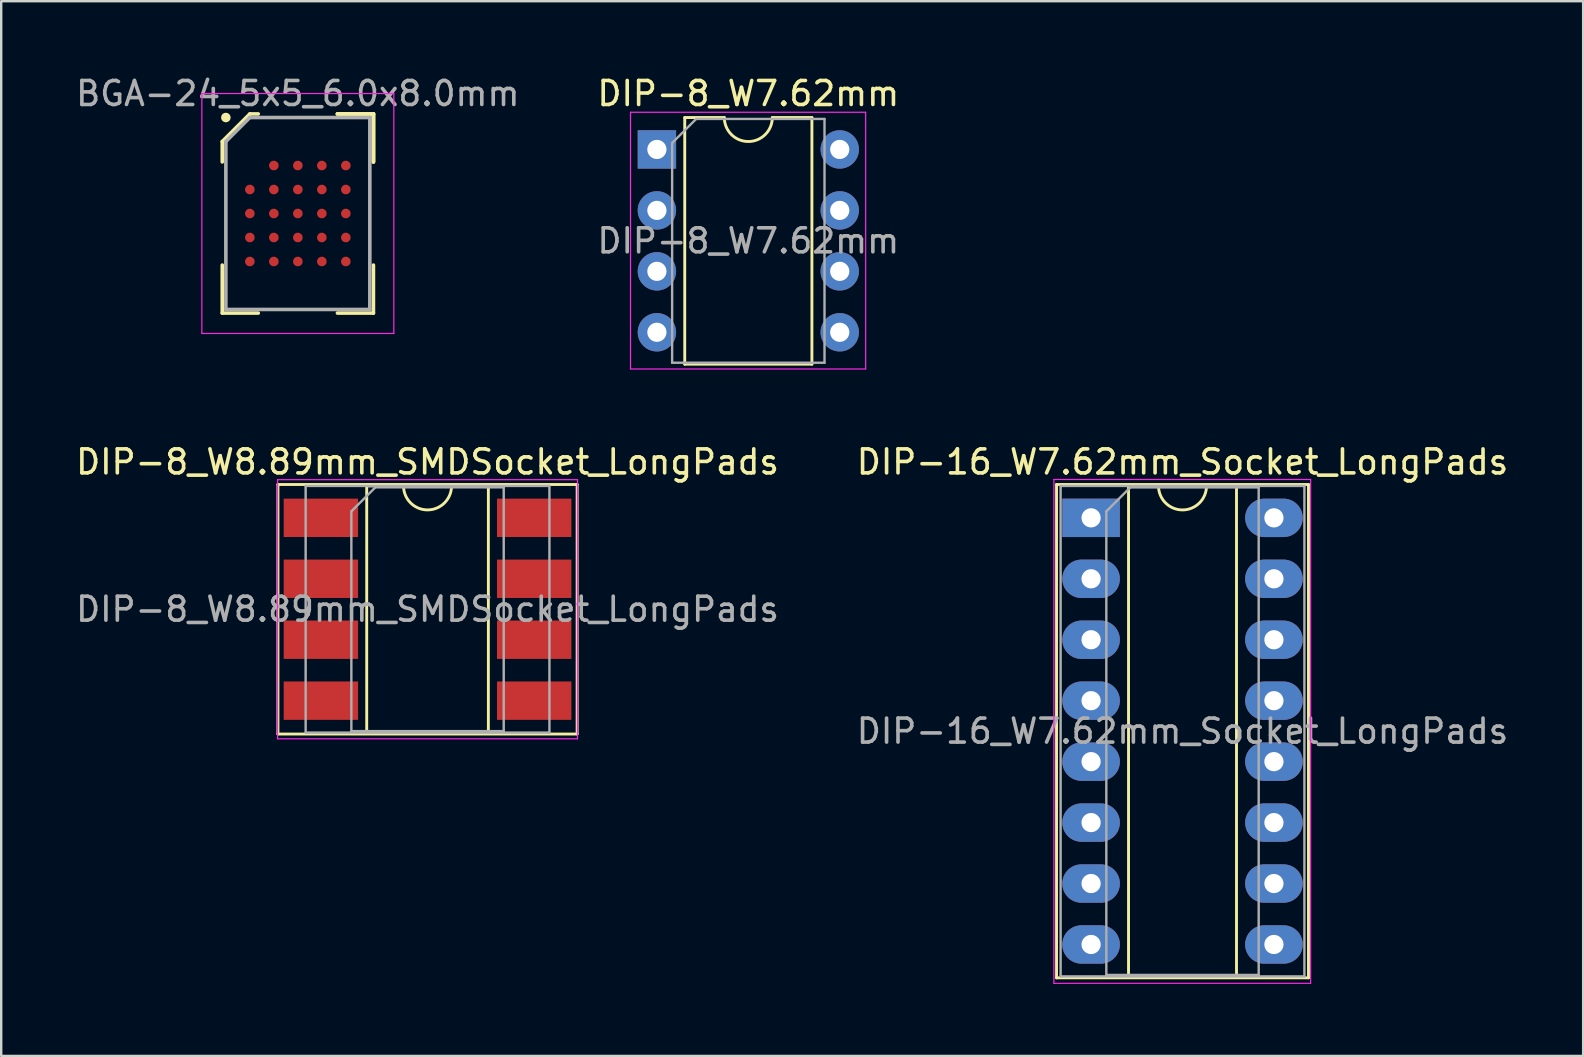
<source format=kicad_pcb>
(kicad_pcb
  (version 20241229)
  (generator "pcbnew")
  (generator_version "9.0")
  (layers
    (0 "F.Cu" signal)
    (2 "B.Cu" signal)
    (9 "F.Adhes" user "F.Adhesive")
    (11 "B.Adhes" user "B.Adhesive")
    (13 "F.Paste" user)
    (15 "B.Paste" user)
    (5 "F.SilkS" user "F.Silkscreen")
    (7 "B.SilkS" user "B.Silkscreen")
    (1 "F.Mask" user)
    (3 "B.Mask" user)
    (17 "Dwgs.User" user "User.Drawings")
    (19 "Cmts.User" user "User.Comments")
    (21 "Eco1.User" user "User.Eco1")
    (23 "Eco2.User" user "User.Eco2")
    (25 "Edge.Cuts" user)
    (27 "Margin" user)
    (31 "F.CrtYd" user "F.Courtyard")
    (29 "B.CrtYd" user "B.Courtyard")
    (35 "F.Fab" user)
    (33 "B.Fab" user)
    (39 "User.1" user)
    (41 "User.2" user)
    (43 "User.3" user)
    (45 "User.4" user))
  (footprint "BGA-24_5x5_6.0x8.0mm"
    (layer "F.Cu")
    (at 9.363 5.848)
    (property "Reference" "BGA-24_5x5_6.0x8.0mm" (at 0 -5 0) (layer "F.Fab") (effects (font (size 1 1) (thickness 0.15))))
    (attr smd)
    (fp_line (start -3.15 -3) (end -3.15 -2.15) (stroke (width 0.15) (type solid)) (layer "F.SilkS"))
    (fp_line (start -3.15 4.15) (end -3.15 2.15) (stroke (width 0.15) (type solid)) (layer "F.SilkS"))
    (fp_line (start -2 -4.15) (end -3.15 -3) (stroke (width 0.15) (type solid)) (layer "F.SilkS"))
    (fp_line (start -1.65 -4.15) (end -2 -4.15) (stroke (width 0.15) (type solid)) (layer "F.SilkS"))
    (fp_line (start -1.65 4.15) (end -3.15 4.15) (stroke (width 0.15) (type solid)) (layer "F.SilkS"))
    (fp_line (start 1.65 -4.15) (end 3.15 -4.15) (stroke (width 0.15) (type solid)) (layer "F.SilkS"))
    (fp_line (start 1.65 -4.15) (end 3.15 -4.15) (stroke (width 0.15) (type solid)) (layer "F.SilkS"))
    (fp_line (start 1.65 -4.15) (end 3.15 -4.15) (stroke (width 0.15) (type solid)) (layer "F.SilkS"))
    (fp_line (start 1.65 4.15) (end 3.15 4.15) (stroke (width 0.15) (type solid)) (layer "F.SilkS"))
    (fp_line (start 3.15 -4.15) (end 3.15 -2.15) (stroke (width 0.15) (type solid)) (layer "F.SilkS"))
    (fp_line (start 3.15 -4.15) (end 3.15 -2.15) (stroke (width 0.15) (type solid)) (layer "F.SilkS"))
    (fp_line (start 3.15 -4.15) (end 3.15 -2.15) (stroke (width 0.15) (type solid)) (layer "F.SilkS"))
    (fp_line (start 3.15 4.15) (end 3.15 2.15) (stroke (width 0.15) (type solid)) (layer "F.SilkS"))
    (fp_circle (center -3 -4) (end -3 -3.9) (stroke (width 0.2) (type solid)) (fill no) (layer "F.SilkS"))
    (fp_line (start -4 -5) (end 4 -5) (stroke (width 0.05) (type solid)) (layer "F.CrtYd"))
    (fp_line (start -4 5) (end -4 -5) (stroke (width 0.05) (type solid)) (layer "F.CrtYd"))
    (fp_line (start 4 -5) (end 4 5) (stroke (width 0.05) (type solid)) (layer "F.CrtYd"))
    (fp_line (start 4 5) (end -4 5) (stroke (width 0.05) (type solid)) (layer "F.CrtYd"))
    (fp_line (start -3 -3) (end -3 4) (stroke (width 0.15) (type solid)) (layer "F.Fab"))
    (fp_line (start -3 4) (end 3 4) (stroke (width 0.15) (type solid)) (layer "F.Fab"))
    (fp_line (start -2 -4) (end -3 -3) (stroke (width 0.15) (type solid)) (layer "F.Fab"))
    (fp_line (start 3 -4) (end -2 -4) (stroke (width 0.15) (type solid)) (layer "F.Fab"))
    (fp_line (start 3 4) (end 3 -4) (stroke (width 0.15) (type solid)) (layer "F.Fab"))
    (pad "A2" smd circle (at -1 -2) (size 0.4 0.4) (layers "F.Cu" "F.Mask" "F.Paste"))
    (pad "A3" smd circle (at 0 -2) (size 0.4 0.4) (layers "F.Cu" "F.Mask" "F.Paste"))
    (pad "A4" smd circle (at 1 -2) (size 0.4 0.4) (layers "F.Cu" "F.Mask" "F.Paste"))
    (pad "A5" smd circle (at 2 -2) (size 0.4 0.4) (layers "F.Cu" "F.Mask" "F.Paste"))
    (pad "B1" smd circle (at -2 -1) (size 0.4 0.4) (layers "F.Cu" "F.Mask" "F.Paste"))
    (pad "B2" smd circle (at -1 -1) (size 0.4 0.4) (layers "F.Cu" "F.Mask" "F.Paste"))
    (pad "B3" smd circle (at 0 -1) (size 0.4 0.4) (layers "F.Cu" "F.Mask" "F.Paste"))
    (pad "B4" smd circle (at 1 -1) (size 0.4 0.4) (layers "F.Cu" "F.Mask" "F.Paste"))
    (pad "B5" smd circle (at 2 -1) (size 0.4 0.4) (layers "F.Cu" "F.Mask" "F.Paste"))
    (pad "C1" smd circle (at -2 0) (size 0.4 0.4) (layers "F.Cu" "F.Mask" "F.Paste"))
    (pad "C2" smd circle (at -1 0) (size 0.4 0.4) (layers "F.Cu" "F.Mask" "F.Paste"))
    (pad "C3" smd circle (at 0 0) (size 0.4 0.4) (layers "F.Cu" "F.Mask" "F.Paste"))
    (pad "C4" smd circle (at 1 0) (size 0.4 0.4) (layers "F.Cu" "F.Mask" "F.Paste"))
    (pad "C5" smd circle (at 2 0) (size 0.4 0.4) (layers "F.Cu" "F.Mask" "F.Paste"))
    (pad "D1" smd circle (at -2 1) (size 0.4 0.4) (layers "F.Cu" "F.Mask" "F.Paste"))
    (pad "D2" smd circle (at -1 1) (size 0.4 0.4) (layers "F.Cu" "F.Mask" "F.Paste"))
    (pad "D3" smd circle (at 0 1) (size 0.4 0.4) (layers "F.Cu" "F.Mask" "F.Paste"))
    (pad "D4" smd circle (at 1 1) (size 0.4 0.4) (layers "F.Cu" "F.Mask" "F.Paste"))
    (pad "D5" smd circle (at 2 1) (size 0.4 0.4) (layers "F.Cu" "F.Mask" "F.Paste"))
    (pad "E1" smd circle (at -2 2) (size 0.4 0.4) (layers "F.Cu" "F.Mask" "F.Paste"))
    (pad "E2" smd circle (at -1 2) (size 0.4 0.4) (layers "F.Cu" "F.Mask" "F.Paste"))
    (pad "E3" smd circle (at 0 2) (size 0.4 0.4) (layers "F.Cu" "F.Mask" "F.Paste"))
    (pad "E4" smd circle (at 1 2) (size 0.4 0.4) (layers "F.Cu" "F.Mask" "F.Paste"))
    (pad "E5" smd circle (at 2 2) (size 0.4 0.4) (layers "F.Cu" "F.Mask" "F.Paste")))
  (footprint "DIP-8_W7.62mm"
    (layer "F.Cu")
    (at 24.327 3.178)
    (property "Reference" "DIP-8_W7.62mm" (at 3.81 -2.33 0) (layer "F.SilkS") (effects (font (size 1 1) (thickness 0.15))))
    (attr through_hole)
    (fp_line (start 1.16 -1.33) (end 1.16 8.95) (stroke (width 0.12) (type solid)) (layer "F.SilkS"))
    (fp_line (start 1.16 8.95) (end 6.46 8.95) (stroke (width 0.12) (type solid)) (layer "F.SilkS"))
    (fp_line (start 2.81 -1.33) (end 1.16 -1.33) (stroke (width 0.12) (type solid)) (layer "F.SilkS"))
    (fp_line (start 6.46 -1.33) (end 4.81 -1.33) (stroke (width 0.12) (type solid)) (layer "F.SilkS"))
    (fp_line (start 6.46 8.95) (end 6.46 -1.33) (stroke (width 0.12) (type solid)) (layer "F.SilkS"))
    (fp_arc (start 4.81 -1.33) (mid 3.81 -0.33) (end 2.81 -1.33) (stroke (width 0.12) (type solid)) (layer "F.SilkS"))
    (fp_line (start -1.1 -1.55) (end -1.1 9.15) (stroke (width 0.05) (type solid)) (layer "F.CrtYd"))
    (fp_line (start -1.1 9.15) (end 8.7 9.15) (stroke (width 0.05) (type solid)) (layer "F.CrtYd"))
    (fp_line (start 8.7 -1.55) (end -1.1 -1.55) (stroke (width 0.05) (type solid)) (layer "F.CrtYd"))
    (fp_line (start 8.7 9.15) (end 8.7 -1.55) (stroke (width 0.05) (type solid)) (layer "F.CrtYd"))
    (fp_line (start 0.635 -0.27) (end 1.635 -1.27) (stroke (width 0.1) (type solid)) (layer "F.Fab"))
    (fp_line (start 0.635 8.89) (end 0.635 -0.27) (stroke (width 0.1) (type solid)) (layer "F.Fab"))
    (fp_line (start 1.635 -1.27) (end 6.985 -1.27) (stroke (width 0.1) (type solid)) (layer "F.Fab"))
    (fp_line (start 6.985 -1.27) (end 6.985 8.89) (stroke (width 0.1) (type solid)) (layer "F.Fab"))
    (fp_line (start 6.985 8.89) (end 0.635 8.89) (stroke (width 0.1) (type solid)) (layer "F.Fab"))
    (fp_text user "${REFERENCE}" (at 3.81 3.81 0) (layer "F.Fab") (effects (font (size 1 1) (thickness 0.15))))
    (pad "1" thru_hole rect (at 0 0) (size 1.6 1.6) (drill 0.8) (layers "*.Cu" "*.Mask"))
    (pad "2" thru_hole oval (at 0 2.54) (size 1.6 1.6) (drill 0.8) (layers "*.Cu" "*.Mask"))
    (pad "3" thru_hole oval (at 0 5.08) (size 1.6 1.6) (drill 0.8) (layers "*.Cu" "*.Mask"))
    (pad "4" thru_hole oval (at 0 7.62) (size 1.6 1.6) (drill 0.8) (layers "*.Cu" "*.Mask"))
    (pad "5" thru_hole oval (at 7.62 7.62) (size 1.6 1.6) (drill 0.8) (layers "*.Cu" "*.Mask"))
    (pad "6" thru_hole oval (at 7.62 5.08) (size 1.6 1.6) (drill 0.8) (layers "*.Cu" "*.Mask"))
    (pad "7" thru_hole oval (at 7.62 2.54) (size 1.6 1.6) (drill 0.8) (layers "*.Cu" "*.Mask"))
    (pad "8" thru_hole oval (at 7.62 0) (size 1.6 1.6) (drill 0.8) (layers "*.Cu" "*.Mask")))
  (footprint "DIP-16_W7.62mm_Socket_LongPads"
    (layer "F.Cu")
    (at 42.422 18.532)
    (property "Reference" "DIP-16_W7.62mm_Socket_LongPads" (at 3.81 -2.33 0) (layer "F.SilkS") (effects (font (size 1 1) (thickness 0.15))))
    (attr through_hole)
    (fp_line (start -1.44 -1.39) (end -1.44 19.17) (stroke (width 0.12) (type solid)) (layer "F.SilkS"))
    (fp_line (start -1.44 19.17) (end 9.06 19.17) (stroke (width 0.12) (type solid)) (layer "F.SilkS"))
    (fp_line (start 1.56 -1.33) (end 1.56 19.11) (stroke (width 0.12) (type solid)) (layer "F.SilkS"))
    (fp_line (start 1.56 19.11) (end 6.06 19.11) (stroke (width 0.12) (type solid)) (layer "F.SilkS"))
    (fp_line (start 2.81 -1.33) (end 1.56 -1.33) (stroke (width 0.12) (type solid)) (layer "F.SilkS"))
    (fp_line (start 6.06 -1.33) (end 4.81 -1.33) (stroke (width 0.12) (type solid)) (layer "F.SilkS"))
    (fp_line (start 6.06 19.11) (end 6.06 -1.33) (stroke (width 0.12) (type solid)) (layer "F.SilkS"))
    (fp_line (start 9.06 -1.39) (end -1.44 -1.39) (stroke (width 0.12) (type solid)) (layer "F.SilkS"))
    (fp_line (start 9.06 19.17) (end 9.06 -1.39) (stroke (width 0.12) (type solid)) (layer "F.SilkS"))
    (fp_arc (start 4.81 -1.33) (mid 3.81 -0.33) (end 2.81 -1.33) (stroke (width 0.12) (type solid)) (layer "F.SilkS"))
    (fp_line (start -1.55 -1.6) (end -1.55 19.4) (stroke (width 0.05) (type solid)) (layer "F.CrtYd"))
    (fp_line (start -1.55 19.4) (end 9.15 19.4) (stroke (width 0.05) (type solid)) (layer "F.CrtYd"))
    (fp_line (start 9.15 -1.6) (end -1.55 -1.6) (stroke (width 0.05) (type solid)) (layer "F.CrtYd"))
    (fp_line (start 9.15 19.4) (end 9.15 -1.6) (stroke (width 0.05) (type solid)) (layer "F.CrtYd"))
    (fp_line (start -1.27 -1.33) (end -1.27 19.11) (stroke (width 0.1) (type solid)) (layer "F.Fab"))
    (fp_line (start -1.27 19.11) (end 8.89 19.11) (stroke (width 0.1) (type solid)) (layer "F.Fab"))
    (fp_line (start 0.635 -0.27) (end 1.635 -1.27) (stroke (width 0.1) (type solid)) (layer "F.Fab"))
    (fp_line (start 0.635 19.05) (end 0.635 -0.27) (stroke (width 0.1) (type solid)) (layer "F.Fab"))
    (fp_line (start 1.635 -1.27) (end 6.985 -1.27) (stroke (width 0.1) (type solid)) (layer "F.Fab"))
    (fp_line (start 6.985 -1.27) (end 6.985 19.05) (stroke (width 0.1) (type solid)) (layer "F.Fab"))
    (fp_line (start 6.985 19.05) (end 0.635 19.05) (stroke (width 0.1) (type solid)) (layer "F.Fab"))
    (fp_line (start 8.89 -1.33) (end -1.27 -1.33) (stroke (width 0.1) (type solid)) (layer "F.Fab"))
    (fp_line (start 8.89 19.11) (end 8.89 -1.33) (stroke (width 0.1) (type solid)) (layer "F.Fab"))
    (fp_text user "${REFERENCE}" (at 3.81 8.89 0) (layer "F.Fab") (effects (font (size 1 1) (thickness 0.15))))
    (pad "1" thru_hole rect (at 0 0) (size 2.4 1.6) (drill 0.8) (layers "*.Cu" "*.Mask"))
    (pad "2" thru_hole oval (at 0 2.54) (size 2.4 1.6) (drill 0.8) (layers "*.Cu" "*.Mask"))
    (pad "3" thru_hole oval (at 0 5.08) (size 2.4 1.6) (drill 0.8) (layers "*.Cu" "*.Mask"))
    (pad "4" thru_hole oval (at 0 7.62) (size 2.4 1.6) (drill 0.8) (layers "*.Cu" "*.Mask"))
    (pad "5" thru_hole oval (at 0 10.16) (size 2.4 1.6) (drill 0.8) (layers "*.Cu" "*.Mask"))
    (pad "6" thru_hole oval (at 0 12.7) (size 2.4 1.6) (drill 0.8) (layers "*.Cu" "*.Mask"))
    (pad "7" thru_hole oval (at 0 15.24) (size 2.4 1.6) (drill 0.8) (layers "*.Cu" "*.Mask"))
    (pad "8" thru_hole oval (at 0 17.78) (size 2.4 1.6) (drill 0.8) (layers "*.Cu" "*.Mask"))
    (pad "9" thru_hole oval (at 7.62 17.78) (size 2.4 1.6) (drill 0.8) (layers "*.Cu" "*.Mask"))
    (pad "10" thru_hole oval (at 7.62 15.24) (size 2.4 1.6) (drill 0.8) (layers "*.Cu" "*.Mask"))
    (pad "11" thru_hole oval (at 7.62 12.7) (size 2.4 1.6) (drill 0.8) (layers "*.Cu" "*.Mask"))
    (pad "12" thru_hole oval (at 7.62 10.16) (size 2.4 1.6) (drill 0.8) (layers "*.Cu" "*.Mask"))
    (pad "13" thru_hole oval (at 7.62 7.62) (size 2.4 1.6) (drill 0.8) (layers "*.Cu" "*.Mask"))
    (pad "14" thru_hole oval (at 7.62 5.08) (size 2.4 1.6) (drill 0.8) (layers "*.Cu" "*.Mask"))
    (pad "15" thru_hole oval (at 7.62 2.54) (size 2.4 1.6) (drill 0.8) (layers "*.Cu" "*.Mask"))
    (pad "16" thru_hole oval (at 7.62 0) (size 2.4 1.6) (drill 0.8) (layers "*.Cu" "*.Mask")))
  (footprint "DIP-8_W8.89mm_SMDSocket_LongPads"
    (layer "F.Cu")
    (at 14.768 22.341)
    (property "Reference" "DIP-8_W8.89mm_SMDSocket_LongPads" (at 0 -6.14 0) (layer "F.SilkS") (effects (font (size 1 1) (thickness 0.15))))
    (attr smd)
    (fp_line (start -6.235 -5.2) (end -6.235 5.2) (stroke (width 0.12) (type solid)) (layer "F.SilkS"))
    (fp_line (start -6.235 5.2) (end 6.235 5.2) (stroke (width 0.12) (type solid)) (layer "F.SilkS"))
    (fp_line (start -2.535 -5.14) (end -2.535 5.14) (stroke (width 0.12) (type solid)) (layer "F.SilkS"))
    (fp_line (start -2.535 5.14) (end 2.535 5.14) (stroke (width 0.12) (type solid)) (layer "F.SilkS"))
    (fp_line (start -1 -5.14) (end -2.535 -5.14) (stroke (width 0.12) (type solid)) (layer "F.SilkS"))
    (fp_line (start 2.535 -5.14) (end 1 -5.14) (stroke (width 0.12) (type solid)) (layer "F.SilkS"))
    (fp_line (start 2.535 5.14) (end 2.535 -5.14) (stroke (width 0.12) (type solid)) (layer "F.SilkS"))
    (fp_line (start 6.235 -5.2) (end -6.235 -5.2) (stroke (width 0.12) (type solid)) (layer "F.SilkS"))
    (fp_line (start 6.235 5.2) (end 6.235 -5.2) (stroke (width 0.12) (type solid)) (layer "F.SilkS"))
    (fp_arc (start 1 -5.14) (mid 0 -4.14) (end -1 -5.14) (stroke (width 0.12) (type solid)) (layer "F.SilkS"))
    (fp_line (start -6.25 -5.4) (end -6.25 5.4) (stroke (width 0.05) (type solid)) (layer "F.CrtYd"))
    (fp_line (start -6.25 5.4) (end 6.25 5.4) (stroke (width 0.05) (type solid)) (layer "F.CrtYd"))
    (fp_line (start 6.25 -5.4) (end -6.25 -5.4) (stroke (width 0.05) (type solid)) (layer "F.CrtYd"))
    (fp_line (start 6.25 5.4) (end 6.25 -5.4) (stroke (width 0.05) (type solid)) (layer "F.CrtYd"))
    (fp_line (start -5.08 -5.14) (end -5.08 5.14) (stroke (width 0.1) (type solid)) (layer "F.Fab"))
    (fp_line (start -5.08 5.14) (end 5.08 5.14) (stroke (width 0.1) (type solid)) (layer "F.Fab"))
    (fp_line (start -3.175 -4.08) (end -2.175 -5.08) (stroke (width 0.1) (type solid)) (layer "F.Fab"))
    (fp_line (start -3.175 5.08) (end -3.175 -4.08) (stroke (width 0.1) (type solid)) (layer "F.Fab"))
    (fp_line (start -2.175 -5.08) (end 3.175 -5.08) (stroke (width 0.1) (type solid)) (layer "F.Fab"))
    (fp_line (start 3.175 -5.08) (end 3.175 5.08) (stroke (width 0.1) (type solid)) (layer "F.Fab"))
    (fp_line (start 3.175 5.08) (end -3.175 5.08) (stroke (width 0.1) (type solid)) (layer "F.Fab"))
    (fp_line (start 5.08 -5.14) (end -5.08 -5.14) (stroke (width 0.1) (type solid)) (layer "F.Fab"))
    (fp_line (start 5.08 5.14) (end 5.08 -5.14) (stroke (width 0.1) (type solid)) (layer "F.Fab"))
    (fp_text user "${REFERENCE}" (at 0 0 0) (layer "F.Fab") (effects (font (size 1 1) (thickness 0.15))))
    (pad "1" smd rect (at -4.445 -3.81) (size 3.1 1.6) (layers "F.Cu" "F.Mask" "F.Paste"))
    (pad "2" smd rect (at -4.445 -1.27) (size 3.1 1.6) (layers "F.Cu" "F.Mask" "F.Paste"))
    (pad "3" smd rect (at -4.445 1.27) (size 3.1 1.6) (layers "F.Cu" "F.Mask" "F.Paste"))
    (pad "4" smd rect (at -4.445 3.81) (size 3.1 1.6) (layers "F.Cu" "F.Mask" "F.Paste"))
    (pad "5" smd rect (at 4.445 3.81) (size 3.1 1.6) (layers "F.Cu" "F.Mask" "F.Paste"))
    (pad "6" smd rect (at 4.445 1.27) (size 3.1 1.6) (layers "F.Cu" "F.Mask" "F.Paste"))
    (pad "7" smd rect (at 4.445 -1.27) (size 3.1 1.6) (layers "F.Cu" "F.Mask" "F.Paste"))
    (pad "8" smd rect (at 4.445 -3.81) (size 3.1 1.6) (layers "F.Cu" "F.Mask" "F.Paste")))
  (gr_rect
    (start -3 -3)
    (end 62.929 40.956)
    (stroke (width 0.1) (type default))
    (fill no)
    (layer "Edge.Cuts")))
</source>
